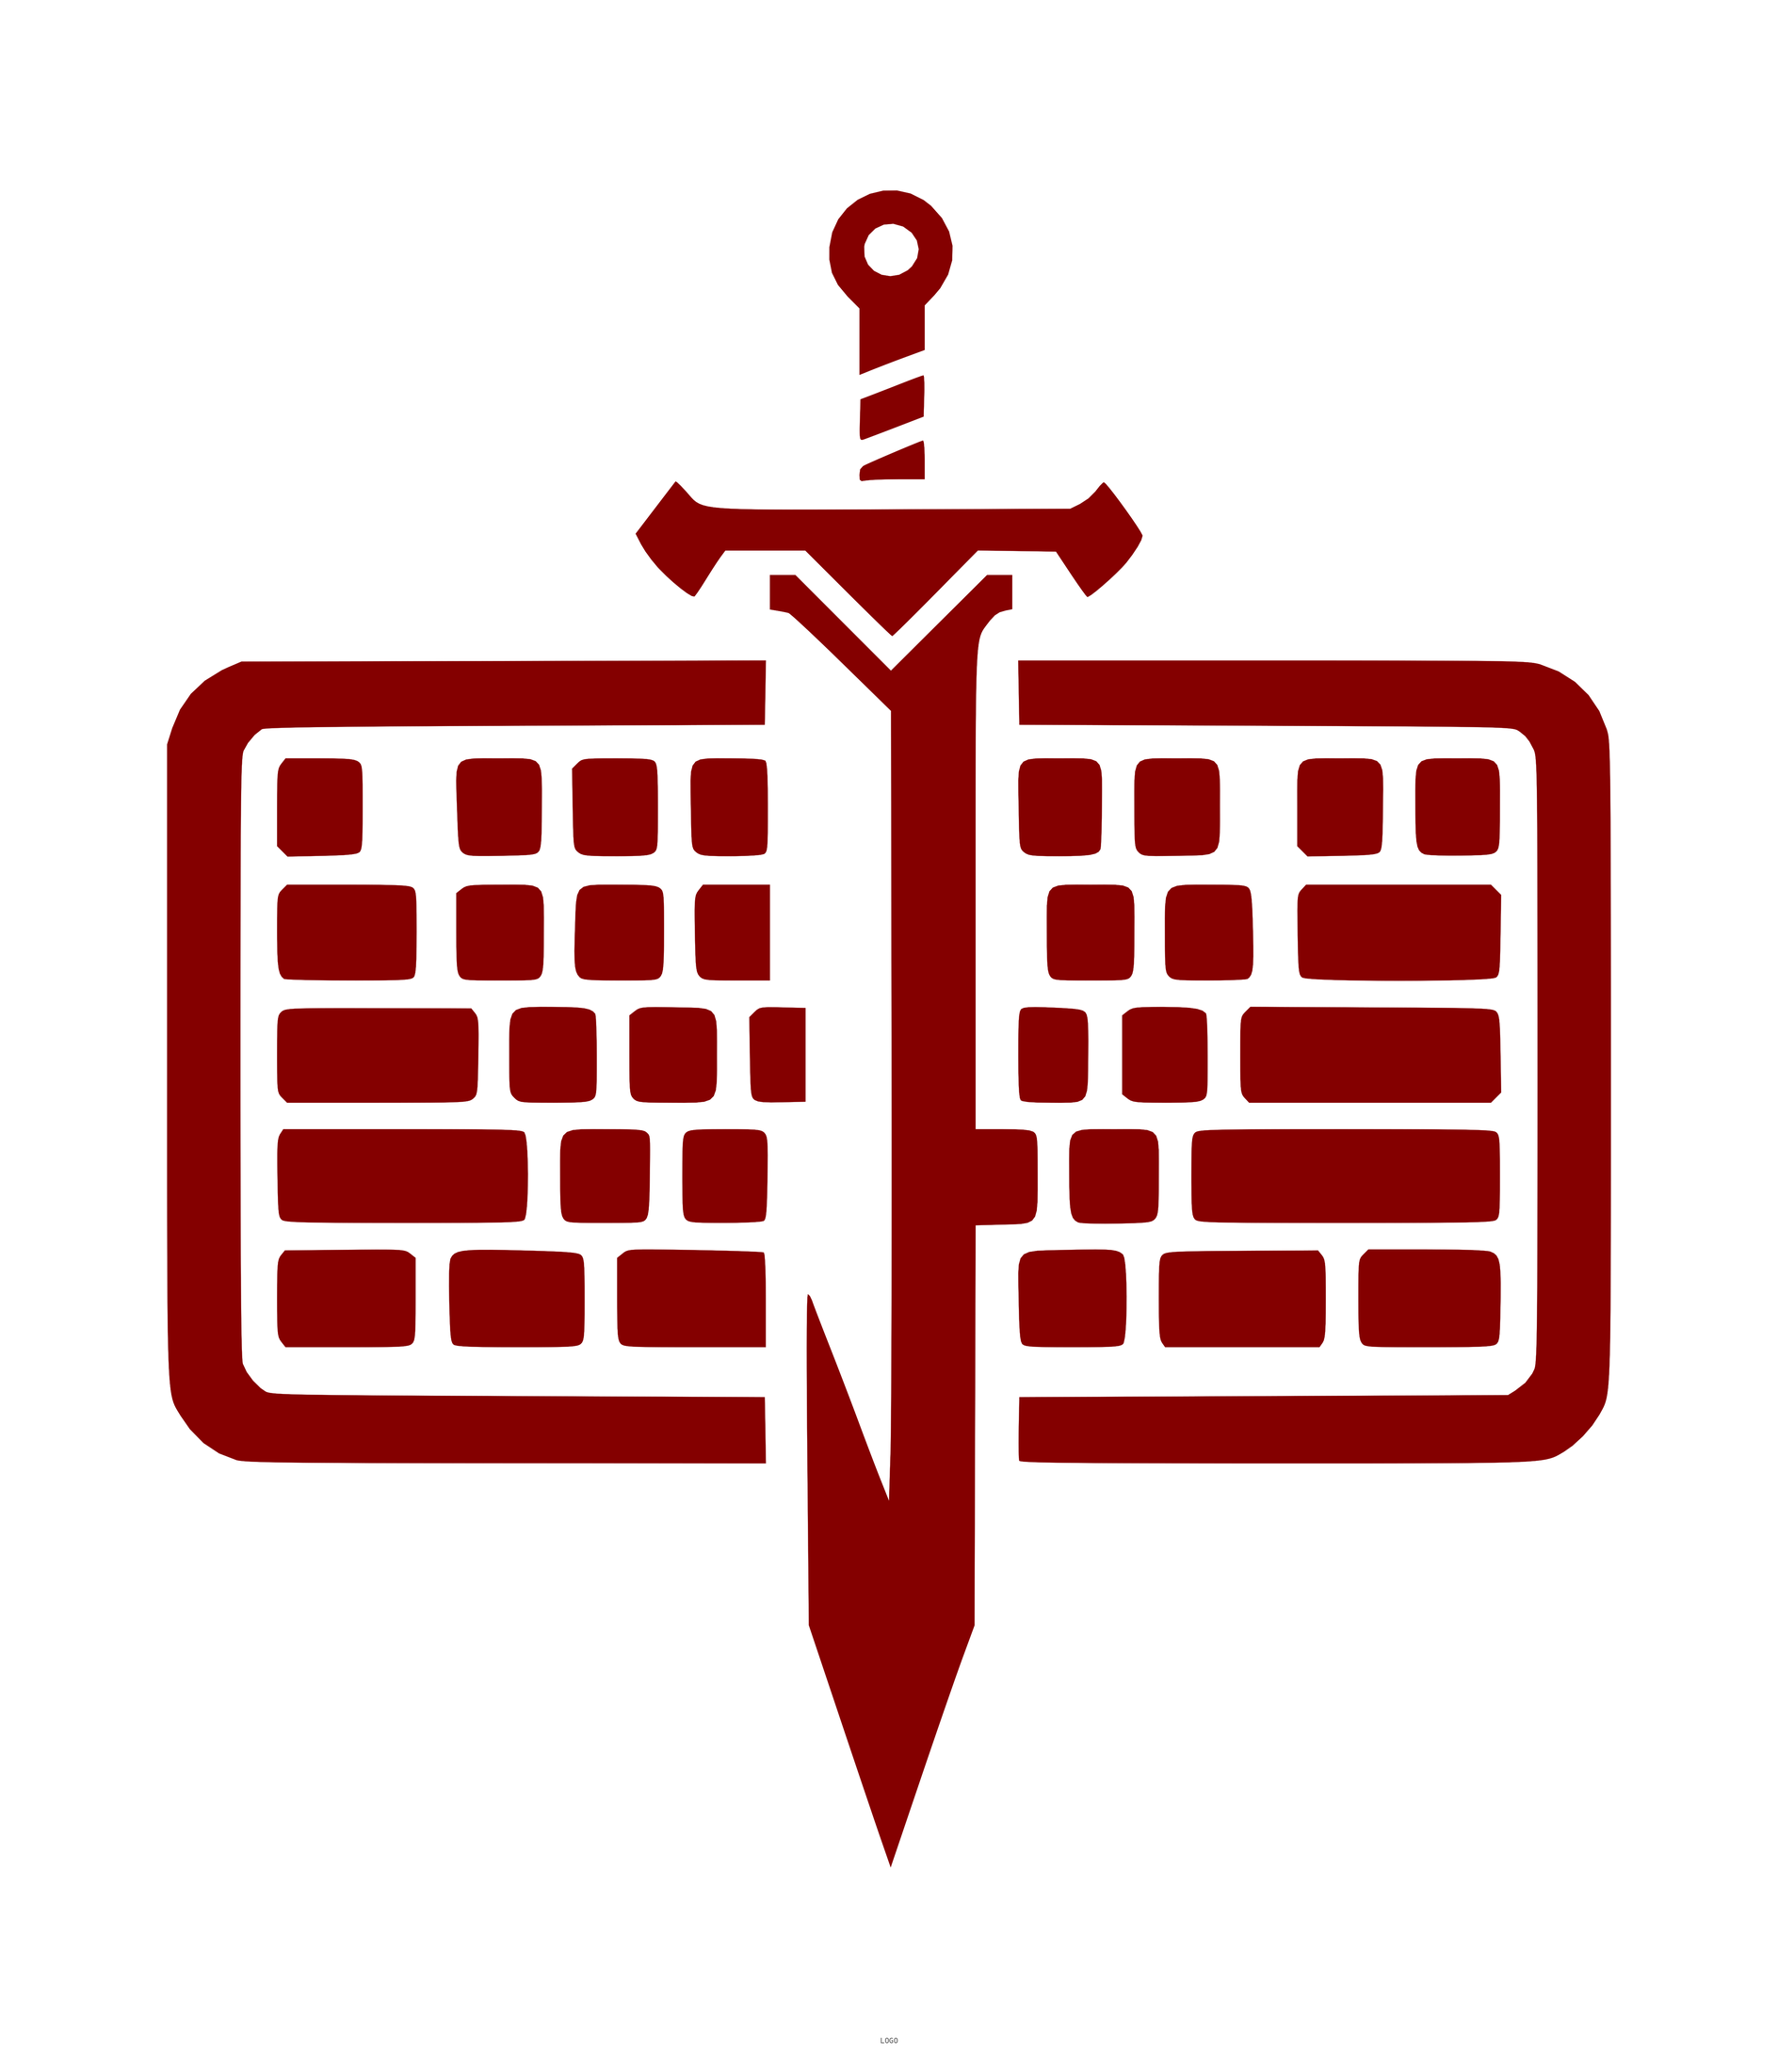
<source format=kicad_sym>
(kicad_symbol_lib
  (version 20220914)
  (generator "bitmap2component")
  (generator_version "8.0")
  (symbol "LOGO"
    (pin_names
      (offset 1.016))
    (property "Reference" "#G"
      (at 0 182.531 0)
      (effects (font (size 1.27 1.27)) hide))
    (symbol "LOGO_0_0"
      (polyline (pts (xy 5.73 -130.535) (xy 6.347 -128.716) (xy 7.525 -125.264) (xy 8.691 -121.864) (xy 9.811 -118.619) (xy 10.847 -115.636) (xy 11.764 -113.017) (xy 12.526 -110.867) (xy 13.095 -109.292) (xy 15.203 -103.568) (xy 15.296 -68.447) (xy 15.39 -33.327) (xy 20.028 -33.209) (xy 21.828 -33.167) (xy 23.375 -33.087) (xy 24.517 -32.89) (xy 25.315 -32.491) (xy 25.831 -31.803) (xy 26.126 -30.743) (xy 26.26 -29.224) (xy 26.296 -27.16) (xy 26.294 -24.467) (xy 26.294 -24.224) (xy 26.289 -21.869) (xy 26.268 -20.119) (xy 26.221 -18.877) (xy 26.141 -18.04) (xy 26.017 -17.509) (xy 25.839 -17.184) (xy 25.6 -16.964) (xy 25.497 -16.898) (xy 24.881 -16.691) (xy 23.85 -16.555) (xy 22.304 -16.479) (xy 20.144 -16.456) (xy 15.383 -16.456) (xy 15.383 25.335) (xy 15.383 31.552) (xy 15.383 37.438) (xy 15.386 42.685) (xy 15.392 47.333) (xy 15.404 51.421) (xy 15.424 54.987) (xy 15.453 58.073) (xy 15.493 60.716) (xy 15.546 62.956) (xy 15.613 64.833) (xy 15.696 66.386) (xy 15.797 67.654) (xy 15.918 68.677) (xy 16.06 69.493) (xy 16.225 70.142) (xy 16.416 70.665) (xy 16.632 71.098) (xy 16.878 71.484) (xy 17.153 71.859) (xy 17.46 72.265) (xy 17.899 72.834) (xy 18.77 73.773) (xy 19.617 74.314) (xy 20.66 74.619) (xy 21.823 74.849) (xy 21.823 77.85) (xy 21.823 80.851) (xy 19.618 80.851) (xy 17.413 80.851) (xy 8.965 72.45) (xy 0.518 64.05) (xy -7.877 72.45) (xy -16.272 80.851) (xy -18.511 80.851) (xy -20.749 80.851) (xy -20.749 77.826) (xy -20.749 74.801) (xy -19.408 74.575) (xy -19.25 74.548) (xy -18.216 74.354) (xy -17.483 74.191) (xy -17.238 74.024) (xy -16.511 73.406) (xy -15.387 72.388) (xy -13.928 71.03) (xy -12.199 69.392) (xy -10.262 67.532) (xy -8.182 65.51) (xy 0.537 56.987) (xy 0.63 -3.614) (xy 0.638 -9.486) (xy 0.644 -16.084) (xy 0.646 -22.541) (xy 0.645 -28.814) (xy 0.641 -34.858) (xy 0.634 -40.628) (xy 0.624 -46.081) (xy 0.611 -51.172) (xy 0.595 -55.857) (xy 0.577 -60.093) (xy 0.556 -63.833) (xy 0.533 -67.036) (xy 0.508 -69.655) (xy 0.481 -71.647) (xy 0.452 -72.969) (xy 0.179 -81.722) (xy -1.315 -77.977) (xy -1.721 -76.949) (xy -2.48 -74.99) (xy -3.353 -72.703) (xy -4.263 -70.295) (xy -5.13 -67.972) (xy -5.814 -66.139) (xy -6.871 -63.348) (xy -8.02 -60.345) (xy -9.162 -57.389) (xy -10.2 -54.735) (xy -10.392 -54.246) (xy -11.231 -52.106) (xy -11.991 -50.151) (xy -12.625 -48.501) (xy -13.087 -47.276) (xy -13.332 -46.596) (xy -13.372 -46.481) (xy -13.73 -45.738) (xy -14.068 -45.434) (xy -14.079 -45.442) (xy -14.146 -45.903) (xy -14.198 -47.073) (xy -14.237 -48.942) (xy -14.261 -51.506) (xy -14.27 -54.756) (xy -14.265 -58.687) (xy -14.245 -63.29) (xy -14.212 -68.56) (xy -14.163 -74.489) (xy -13.905 -103.544) (xy -8.38 -120.012) (xy -7.411 -122.899) (xy -6.251 -126.349) (xy -5.128 -129.679) (xy -4.076 -132.796) (xy -3.124 -135.606) (xy -2.306 -138.017) (xy -1.651 -139.935) (xy -1.192 -141.268) (xy 0.471 -146.055) (xy 5.73 -130.535)) (stroke (width 0.01) (type default)) (fill (type outline)))
      (polyline (pts (xy -21.545 -69.313) (xy -21.644 -63.5) (xy -64.931 -63.321) (xy -68.74 -63.305) (xy -74.841 -63.279) (xy -80.287 -63.253) (xy -85.115 -63.228) (xy -89.365 -63.203) (xy -93.074 -63.176) (xy -96.281 -63.148) (xy -99.024 -63.117) (xy -101.341 -63.083) (xy -103.27 -63.045) (xy -104.851 -63.003) (xy -106.12 -62.956) (xy -107.116 -62.903) (xy -107.878 -62.843) (xy -108.444 -62.776) (xy -108.851 -62.702) (xy -109.139 -62.618) (xy -109.345 -62.526) (xy -110.238 -61.912) (xy -111.55 -60.621) (xy -112.66 -59.11) (xy -113.348 -57.648) (xy -113.373 -57.531) (xy -113.432 -56.967) (xy -113.486 -55.993) (xy -113.534 -54.586) (xy -113.576 -52.723) (xy -113.615 -50.379) (xy -113.648 -47.531) (xy -113.676 -44.157) (xy -113.7 -40.231) (xy -113.72 -35.731) (xy -113.736 -30.633) (xy -113.748 -24.914) (xy -113.757 -18.55) (xy -113.762 -11.517) (xy -113.763 -3.793) (xy -113.763 -0.384) (xy -113.762 6.524) (xy -113.759 12.766) (xy -113.754 18.377) (xy -113.747 23.391) (xy -113.737 27.842) (xy -113.725 31.763) (xy -113.709 35.19) (xy -113.689 38.157) (xy -113.665 40.697) (xy -113.636 42.844) (xy -113.603 44.634) (xy -113.565 46.1) (xy -113.521 47.276) (xy -113.472 48.196) (xy -113.416 48.895) (xy -113.353 49.407) (xy -113.284 49.766) (xy -113.208 50.007) (xy -112.448 51.362) (xy -111.276 52.767) (xy -110.007 53.782) (xy -109.975 53.796) (xy -109.579 53.862) (xy -108.772 53.924) (xy -107.527 53.981) (xy -105.82 54.034) (xy -103.625 54.083) (xy -100.917 54.128) (xy -97.671 54.171) (xy -93.86 54.21) (xy -89.461 54.247) (xy -84.447 54.282) (xy -78.794 54.315) (xy -72.476 54.347) (xy -65.468 54.377) (xy -21.644 54.556) (xy -21.545 60.197) (xy -21.447 65.838) (xy -67.516 65.742) (xy -113.585 65.646) (xy -115.91 64.652) (xy -117.036 64.132) (xy -120.034 62.279) (xy -122.479 59.973) (xy -124.379 57.206) (xy -125.742 53.969) (xy -126.642 51.121) (xy -126.642 -4.33) (xy -126.642 -6.789) (xy -126.643 -14.139) (xy -126.643 -20.819) (xy -126.642 -26.862) (xy -126.638 -32.303) (xy -126.629 -37.177) (xy -126.615 -41.516) (xy -126.594 -45.356) (xy -126.565 -48.731) (xy -126.527 -51.675) (xy -126.478 -54.221) (xy -126.417 -56.405) (xy -126.342 -58.261) (xy -126.253 -59.822) (xy -126.148 -61.124) (xy -126.026 -62.199) (xy -125.885 -63.083) (xy -125.725 -63.809) (xy -125.544 -64.412) (xy -125.34 -64.926) (xy -125.112 -65.385) (xy -124.86 -65.824) (xy -124.581 -66.276) (xy -124.274 -66.776) (xy -122.649 -69.118) (xy -120.26 -71.557) (xy -117.522 -73.372) (xy -114.441 -74.561) (xy -114.37 -74.579) (xy -113.964 -74.654) (xy -113.387 -74.722) (xy -112.601 -74.783) (xy -111.572 -74.837) (xy -110.262 -74.885) (xy -108.635 -74.926) (xy -106.656 -74.962) (xy -104.288 -74.993) (xy -101.494 -75.019) (xy -98.238 -75.04) (xy -94.485 -75.058) (xy -90.197 -75.073) (xy -85.339 -75.084) (xy -79.874 -75.093) (xy -73.766 -75.099) (xy -66.979 -75.103) (xy -21.447 -75.127) (xy -21.545 -69.313)) (stroke (width 0.01) (type default)) (fill (type outline)))
      (polyline (pts (xy 84.571 -75.126) (xy 89.616 -75.121) (xy 94.086 -75.112) (xy 98.02 -75.097) (xy 101.456 -75.075) (xy 104.432 -75.042) (xy 106.987 -74.999) (xy 109.159 -74.944) (xy 110.986 -74.875) (xy 112.508 -74.79) (xy 113.762 -74.689) (xy 114.787 -74.569) (xy 115.621 -74.428) (xy 116.303 -74.266) (xy 116.871 -74.081) (xy 117.363 -73.871) (xy 117.819 -73.634) (xy 118.275 -73.37) (xy 118.772 -73.076) (xy 120.278 -72.019) (xy 122.091 -70.354) (xy 123.736 -68.46) (xy 124.985 -66.576) (xy 125.033 -66.488) (xy 125.29 -66.027) (xy 125.523 -65.606) (xy 125.734 -65.188) (xy 125.924 -64.741) (xy 126.093 -64.231) (xy 126.244 -63.621) (xy 126.377 -62.879) (xy 126.494 -61.97) (xy 126.594 -60.86) (xy 126.681 -59.515) (xy 126.754 -57.9) (xy 126.814 -55.98) (xy 126.864 -53.723) (xy 126.904 -51.092) (xy 126.934 -48.055) (xy 126.957 -44.577) (xy 126.974 -40.623) (xy 126.985 -36.159) (xy 126.991 -31.151) (xy 126.994 -25.565) (xy 126.996 -19.367) (xy 126.996 -12.521) (xy 126.996 -4.994) (xy 126.996 1.818) (xy 126.995 8.692) (xy 126.991 14.914) (xy 126.986 20.517) (xy 126.979 25.536) (xy 126.969 30.004) (xy 126.955 33.954) (xy 126.939 37.419) (xy 126.918 40.434) (xy 126.894 43.03) (xy 126.866 45.243) (xy 126.833 47.105) (xy 126.795 48.651) (xy 126.751 49.912) (xy 126.703 50.923) (xy 126.648 51.718) (xy 126.587 52.329) (xy 126.52 52.791) (xy 126.446 53.136) (xy 126.271 53.76) (xy 124.959 56.962) (xy 123.083 59.754) (xy 120.692 62.084) (xy 117.835 63.904) (xy 114.563 65.162) (xy 114.445 65.194) (xy 114.056 65.288) (xy 113.615 65.373) (xy 113.081 65.448) (xy 112.416 65.515) (xy 111.581 65.573) (xy 110.537 65.624) (xy 109.245 65.667) (xy 107.666 65.704) (xy 105.761 65.734) (xy 103.492 65.759) (xy 100.818 65.779) (xy 97.702 65.795) (xy 94.103 65.806) (xy 89.985 65.815) (xy 85.306 65.82) (xy 80.029 65.823) (xy 74.115 65.825) (xy 67.523 65.825) (xy 22.878 65.825) (xy 22.976 60.191) (xy 23.075 54.556) (xy 66.378 54.377) (xy 69.403 54.365) (xy 75.563 54.339) (xy 81.063 54.314) (xy 85.942 54.29) (xy 90.239 54.266) (xy 93.991 54.242) (xy 97.237 54.216) (xy 100.016 54.187) (xy 102.367 54.156) (xy 104.326 54.121) (xy 105.934 54.081) (xy 107.228 54.036) (xy 108.248 53.985) (xy 109.03 53.927) (xy 109.614 53.862) (xy 110.039 53.788) (xy 110.342 53.705) (xy 110.562 53.613) (xy 110.738 53.51) (xy 111.028 53.316) (xy 111.968 52.55) (xy 112.693 51.618) (xy 113.417 50.263) (xy 113.465 50.161) (xy 113.554 49.937) (xy 113.634 49.659) (xy 113.707 49.293) (xy 113.771 48.804) (xy 113.828 48.157) (xy 113.878 47.317) (xy 113.922 46.248) (xy 113.96 44.918) (xy 113.993 43.29) (xy 114.02 41.329) (xy 114.043 39.002) (xy 114.061 36.272) (xy 114.076 33.106) (xy 114.088 29.468) (xy 114.096 25.323) (xy 114.103 20.638) (xy 114.107 15.376) (xy 114.11 9.503) (xy 114.112 2.984) (xy 114.113 -4.215) (xy 114.114 -8.193) (xy 114.113 -15.092) (xy 114.111 -21.328) (xy 114.107 -26.935) (xy 114.101 -31.946) (xy 114.092 -36.395) (xy 114.079 -40.317) (xy 114.064 -43.746) (xy 114.044 -46.714) (xy 114.021 -49.257) (xy 113.993 -51.408) (xy 113.96 -53.202) (xy 113.922 -54.671) (xy 113.878 -55.851) (xy 113.829 -56.774) (xy 113.774 -57.476) (xy 113.712 -57.989) (xy 113.643 -58.349) (xy 113.567 -58.588) (xy 113.193 -59.367) (xy 111.976 -60.981) (xy 110.192 -62.36) (xy 108.934 -63.142) (xy 66.004 -63.321) (xy 23.075 -63.5) (xy 22.975 -68.85) (xy 22.961 -69.733) (xy 22.95 -71.554) (xy 22.962 -73.075) (xy 22.997 -74.158) (xy 23.053 -74.664) (xy 23.07 -74.684) (xy 23.276 -74.752) (xy 23.74 -74.813) (xy 24.494 -74.868) (xy 25.57 -74.916) (xy 27.002 -74.958) (xy 28.822 -74.995) (xy 31.062 -75.026) (xy 33.756 -75.052) (xy 36.937 -75.074) (xy 40.636 -75.092) (xy 44.887 -75.105) (xy 49.723 -75.115) (xy 55.176 -75.122) (xy 61.279 -75.126) (xy 68.064 -75.127) (xy 72.602 -75.127) (xy 78.912 -75.127) (xy 84.571 -75.126)) (stroke (width 0.01) (type default)) (fill (type outline)))
      (polyline (pts (xy -94.11 -54.735) (xy -91.201 -54.729) (xy -88.907 -54.711) (xy -87.149 -54.679) (xy -85.848 -54.627) (xy -84.926 -54.551) (xy -84.305 -54.448) (xy -83.906 -54.313) (xy -83.651 -54.143) (xy -83.429 -53.886) (xy -83.263 -53.505) (xy -83.145 -52.902) (xy -83.068 -51.978) (xy -83.023 -50.636) (xy -83.002 -48.776) (xy -82.997 -46.299) (xy -82.997 -39.046) (xy -83.959 -38.29) (xy -84 -38.258) (xy -84.299 -38.047) (xy -84.646 -37.884) (xy -85.125 -37.761) (xy -85.82 -37.676) (xy -86.813 -37.623) (xy -88.188 -37.597) (xy -90.028 -37.594) (xy -92.417 -37.61) (xy -95.439 -37.638) (xy -105.957 -37.742) (xy -106.64 -38.587) (xy -106.817 -38.831) (xy -107.012 -39.248) (xy -107.15 -39.842) (xy -107.241 -40.72) (xy -107.293 -41.991) (xy -107.318 -43.762) (xy -107.324 -46.141) (xy -107.32 -48.351) (xy -107.299 -50.154) (xy -107.252 -51.452) (xy -107.168 -52.355) (xy -107.035 -52.974) (xy -106.843 -53.416) (xy -106.582 -53.793) (xy -105.841 -54.735) (xy -95.073 -54.735) (xy -94.11 -54.735)) (stroke (width 0.01) (type default)) (fill (type outline)))
      (polyline (pts (xy -64.521 -54.735) (xy -61.583 -54.73) (xy -59.265 -54.713) (xy -57.489 -54.681) (xy -56.176 -54.629) (xy -55.245 -54.554) (xy -54.619 -54.451) (xy -54.216 -54.315) (xy -53.958 -54.143) (xy -53.739 -53.89) (xy -53.572 -53.511) (xy -53.453 -52.911) (xy -53.376 -51.992) (xy -53.33 -50.655) (xy -53.309 -48.8) (xy -53.304 -46.328) (xy -53.308 -44.204) (xy -53.327 -42.25) (xy -53.37 -40.831) (xy -53.443 -39.849) (xy -53.556 -39.208) (xy -53.716 -38.808) (xy -53.93 -38.553) (xy -53.972 -38.519) (xy -54.314 -38.352) (xy -54.902 -38.215) (xy -55.814 -38.099) (xy -57.13 -38.001) (xy -58.926 -37.913) (xy -61.281 -37.83) (xy -64.274 -37.744) (xy -66.888 -37.681) (xy -69.63 -37.636) (xy -71.793 -37.64) (xy -73.452 -37.701) (xy -74.683 -37.828) (xy -75.563 -38.03) (xy -76.166 -38.314) (xy -76.569 -38.69) (xy -76.847 -39.166) (xy -76.876 -39.239) (xy -77.023 -40.112) (xy -77.106 -41.683) (xy -77.122 -43.956) (xy -77.073 -46.937) (xy -77.047 -47.961) (xy -76.98 -50.147) (xy -76.903 -51.752) (xy -76.807 -52.871) (xy -76.683 -53.603) (xy -76.519 -54.043) (xy -76.305 -54.288) (xy -76.153 -54.363) (xy -75.575 -54.487) (xy -74.572 -54.582) (xy -73.088 -54.653) (xy -71.063 -54.7) (xy -68.439 -54.727) (xy -65.159 -54.735) (xy -64.521 -54.735)) (stroke (width 0.01) (type default)) (fill (type outline)))
      (polyline (pts (xy -21.465 -46.528) (xy -21.465 -46.113) (xy -21.485 -43.46) (xy -21.532 -41.27) (xy -21.605 -39.604) (xy -21.701 -38.528) (xy -21.817 -38.103) (xy -22.01 -38.067) (xy -22.846 -38.004) (xy -24.256 -37.936) (xy -26.153 -37.867) (xy -28.449 -37.798) (xy -31.057 -37.734) (xy -33.891 -37.678) (xy -36.778 -37.627) (xy -39.409 -37.586) (xy -41.472 -37.564) (xy -43.045 -37.565) (xy -44.208 -37.593) (xy -45.038 -37.651) (xy -45.614 -37.743) (xy -46.014 -37.873) (xy -46.315 -38.043) (xy -46.596 -38.258) (xy -47.58 -39.046) (xy -47.58 -46.237) (xy -47.578 -47.662) (xy -47.562 -49.817) (xy -47.523 -51.407) (xy -47.453 -52.53) (xy -47.346 -53.285) (xy -47.193 -53.769) (xy -46.988 -54.081) (xy -46.899 -54.171) (xy -46.663 -54.328) (xy -46.297 -54.454) (xy -45.727 -54.55) (xy -44.88 -54.622) (xy -43.683 -54.673) (xy -42.062 -54.706) (xy -39.945 -54.724) (xy -37.259 -54.733) (xy -33.93 -54.735) (xy -21.465 -54.735) (xy -21.465 -46.528)) (stroke (width 0.01) (type default)) (fill (type outline)))
      (polyline (pts (xy 35.027 -54.73) (xy 37.136 -54.708) (xy 38.702 -54.666) (xy 39.813 -54.597) (xy 40.557 -54.495) (xy 41.021 -54.356) (xy 41.294 -54.173) (xy 41.413 -53.954) (xy 41.605 -53.062) (xy 41.752 -51.663) (xy 41.854 -49.891) (xy 41.91 -47.884) (xy 41.921 -45.776) (xy 41.887 -43.704) (xy 41.807 -41.803) (xy 41.682 -40.209) (xy 41.511 -39.057) (xy 41.295 -38.484) (xy 41.14 -38.34) (xy 40.7 -38.041) (xy 40.106 -37.823) (xy 39.263 -37.676) (xy 38.08 -37.593) (xy 36.462 -37.566) (xy 34.316 -37.587) (xy 31.548 -37.647) (xy 30.634 -37.668) (xy 28.117 -37.717) (xy 26.205 -37.804) (xy 24.818 -38.013) (xy 23.874 -38.427) (xy 23.293 -39.131) (xy 22.992 -40.208) (xy 22.891 -41.742) (xy 22.909 -43.818) (xy 22.965 -46.518) (xy 22.983 -47.563) (xy 23.044 -49.941) (xy 23.126 -51.71) (xy 23.236 -52.949) (xy 23.381 -53.734) (xy 23.566 -54.145) (xy 23.608 -54.192) (xy 23.869 -54.372) (xy 24.313 -54.508) (xy 25.03 -54.605) (xy 26.108 -54.671) (xy 27.636 -54.711) (xy 29.702 -54.73) (xy 32.394 -54.735) (xy 35.027 -54.73)) (stroke (width 0.01) (type default)) (fill (type outline)))
      (polyline (pts (xy 76.359 -53.94) (xy 76.555 -53.548) (xy 76.704 -52.93) (xy 76.807 -51.994) (xy 76.872 -50.642) (xy 76.906 -48.773) (xy 76.915 -46.288) (xy 76.912 -44.297) (xy 76.893 -42.391) (xy 76.849 -41.009) (xy 76.769 -40.043) (xy 76.646 -39.389) (xy 76.469 -38.939) (xy 76.229 -38.587) (xy 75.542 -37.742) (xy 62.235 -37.814) (xy 60.719 -37.823) (xy 57.525 -37.845) (xy 54.947 -37.873) (xy 52.915 -37.909) (xy 51.359 -37.957) (xy 50.208 -38.02) (xy 49.392 -38.102) (xy 48.842 -38.207) (xy 48.486 -38.337) (xy 48.254 -38.496) (xy 48.031 -38.745) (xy 47.856 -39.114) (xy 47.733 -39.693) (xy 47.653 -40.582) (xy 47.606 -41.883) (xy 47.585 -43.697) (xy 47.58 -46.125) (xy 47.58 -46.315) (xy 47.591 -48.785) (xy 47.625 -50.644) (xy 47.69 -51.991) (xy 47.792 -52.924) (xy 47.939 -53.541) (xy 48.137 -53.94) (xy 48.694 -54.735) (xy 62.248 -54.735) (xy 75.802 -54.735) (xy 76.359 -53.94)) (stroke (width 0.01) (type default)) (fill (type outline)))
      (polyline (pts (xy 96.911 -54.733) (xy 99.774 -54.721) (xy 102.035 -54.693) (xy 103.766 -54.648) (xy 105.037 -54.582) (xy 105.92 -54.492) (xy 106.487 -54.375) (xy 106.808 -54.228) (xy 107.015 -54.045) (xy 107.208 -53.724) (xy 107.349 -53.2) (xy 107.449 -52.371) (xy 107.519 -51.133) (xy 107.57 -49.385) (xy 107.615 -47.023) (xy 107.632 -45.901) (xy 107.643 -43.455) (xy 107.594 -41.597) (xy 107.467 -40.236) (xy 107.242 -39.281) (xy 106.903 -38.642) (xy 106.43 -38.227) (xy 105.806 -37.944) (xy 105.515 -37.88) (xy 104.449 -37.771) (xy 102.76 -37.683) (xy 100.508 -37.618) (xy 97.752 -37.577) (xy 94.554 -37.563) (xy 84.396 -37.563) (xy 83.518 -38.441) (xy 83.339 -38.623) (xy 83.082 -38.943) (xy 82.897 -39.341) (xy 82.772 -39.925) (xy 82.696 -40.799) (xy 82.657 -42.072) (xy 82.642 -43.847) (xy 82.639 -46.232) (xy 82.639 -46.249) (xy 82.649 -48.74) (xy 82.682 -50.615) (xy 82.747 -51.974) (xy 82.849 -52.915) (xy 82.996 -53.537) (xy 83.196 -53.94) (xy 83.306 -54.091) (xy 83.494 -54.282) (xy 83.778 -54.431) (xy 84.234 -54.543) (xy 84.94 -54.624) (xy 85.973 -54.678) (xy 87.412 -54.711) (xy 89.333 -54.728) (xy 91.814 -54.734) (xy 94.934 -54.735) (xy 96.911 -54.733)) (stroke (width 0.01) (type default)) (fill (type outline)))
      (polyline (pts (xy 40.24 -33.026) (xy 41.61 -32.995) (xy 43.484 -32.939) (xy 44.816 -32.868) (xy 45.719 -32.768) (xy 46.303 -32.625) (xy 46.677 -32.423) (xy 46.954 -32.148) (xy 47.064 -32.003) (xy 47.258 -31.608) (xy 47.397 -31.02) (xy 47.49 -30.134) (xy 47.546 -28.846) (xy 47.573 -27.051) (xy 47.58 -24.645) (xy 47.59 -22.139) (xy 47.571 -20.11) (xy 47.439 -18.628) (xy 47.114 -17.609) (xy 46.513 -16.966) (xy 45.554 -16.615) (xy 44.156 -16.47) (xy 42.235 -16.446) (xy 39.71 -16.456) (xy 37.73 -16.449) (xy 35.638 -16.46) (xy 34.107 -16.575) (xy 33.051 -16.88) (xy 32.383 -17.463) (xy 32.014 -18.411) (xy 31.859 -19.81) (xy 31.83 -21.747) (xy 31.84 -24.31) (xy 31.851 -26.517) (xy 31.903 -28.615) (xy 32.015 -30.169) (xy 32.203 -31.272) (xy 32.483 -32.02) (xy 32.875 -32.504) (xy 33.394 -32.82) (xy 33.751 -32.897) (xy 34.777 -32.983) (xy 36.289 -33.035) (xy 38.155 -33.051) (xy 40.24 -33.026)) (stroke (width 0.01) (type default)) (fill (type outline)))
      (polyline (pts (xy -82.633 -32.912) (xy -78.588 -32.908) (xy -75.175 -32.9) (xy -72.339 -32.884) (xy -70.025 -32.86) (xy -68.18 -32.828) (xy -66.748 -32.784) (xy -65.675 -32.727) (xy -64.906 -32.657) (xy -64.388 -32.572) (xy -64.065 -32.471) (xy -63.883 -32.351) (xy -63.795 -32.209) (xy -63.594 -31.398) (xy -63.439 -30.063) (xy -63.331 -28.341) (xy -63.27 -26.37) (xy -63.256 -24.288) (xy -63.288 -22.231) (xy -63.367 -20.339) (xy -63.492 -18.747) (xy -63.664 -17.595) (xy -63.883 -17.019) (xy -63.98 -16.943) (xy -64.241 -16.835) (xy -64.675 -16.744) (xy -65.337 -16.669) (xy -66.281 -16.607) (xy -67.562 -16.559) (xy -69.233 -16.521) (xy -71.348 -16.494) (xy -73.962 -16.476) (xy -77.13 -16.464) (xy -80.904 -16.458) (xy -85.34 -16.456) (xy -106.234 -16.456) (xy -106.801 -17.322) (xy -106.846 -17.393) (xy -107.034 -17.828) (xy -107.167 -18.461) (xy -107.249 -19.395) (xy -107.288 -20.735) (xy -107.288 -22.583) (xy -107.256 -25.043) (xy -107.216 -27.263) (xy -107.167 -29.087) (xy -107.101 -30.39) (xy -107.007 -31.272) (xy -106.875 -31.834) (xy -106.693 -32.178) (xy -106.451 -32.406) (xy -106.286 -32.488) (xy -105.892 -32.586) (xy -105.255 -32.668) (xy -104.323 -32.735) (xy -103.041 -32.79) (xy -101.359 -32.833) (xy -99.224 -32.865) (xy -96.583 -32.888) (xy -93.383 -32.902) (xy -89.574 -32.91) (xy -85.101 -32.913) (xy -82.633 -32.912)) (stroke (width 0.01) (type default)) (fill (type outline)))
      (polyline (pts (xy -48.767 -32.913) (xy -46.648 -32.906) (xy -45.104 -32.882) (xy -44.033 -32.83) (xy -43.332 -32.738) (xy -42.899 -32.594) (xy -42.632 -32.388) (xy -42.428 -32.108) (xy -42.381 -32.028) (xy -42.191 -31.477) (xy -42.05 -30.576) (xy -41.951 -29.235) (xy -41.886 -27.361) (xy -41.847 -24.863) (xy -41.838 -23.907) (xy -41.816 -21.703) (xy -41.807 -20.08) (xy -41.818 -18.939) (xy -41.856 -18.182) (xy -41.927 -17.71) (xy -42.04 -17.425) (xy -42.202 -17.227) (xy -42.419 -17.019) (xy -42.719 -16.818) (xy -43.239 -16.666) (xy -44.072 -16.562) (xy -45.321 -16.498) (xy -47.083 -16.465) (xy -49.461 -16.456) (xy -51.815 -16.448) (xy -53.861 -16.471) (xy -55.36 -16.611) (xy -56.396 -16.951) (xy -57.054 -17.579) (xy -57.419 -18.579) (xy -57.574 -20.037) (xy -57.605 -22.038) (xy -57.597 -24.667) (xy -57.59 -26.805) (xy -57.559 -28.72) (xy -57.495 -30.108) (xy -57.393 -31.07) (xy -57.244 -31.706) (xy -57.04 -32.118) (xy -56.97 -32.216) (xy -56.741 -32.468) (xy -56.414 -32.65) (xy -55.887 -32.775) (xy -55.057 -32.852) (xy -53.82 -32.893) (xy -52.074 -32.91) (xy -49.715 -32.913) (xy -48.767 -32.913)) (stroke (width 0.01) (type default)) (fill (type outline)))
      (polyline (pts (xy -26.92 -32.893) (xy -25.018 -32.845) (xy -23.45 -32.77) (xy -22.342 -32.674) (xy -21.823 -32.563) (xy -21.779 -32.531) (xy -21.599 -32.254) (xy -21.462 -31.705) (xy -21.358 -30.796) (xy -21.281 -29.438) (xy -21.222 -27.541) (xy -21.175 -25.018) (xy -21.147 -22.969) (xy -21.136 -20.991) (xy -21.156 -19.549) (xy -21.214 -18.542) (xy -21.316 -17.87) (xy -21.468 -17.434) (xy -21.678 -17.134) (xy -21.815 -16.997) (xy -22.142 -16.787) (xy -22.644 -16.64) (xy -23.428 -16.544) (xy -24.603 -16.488) (xy -26.276 -16.462) (xy -28.558 -16.456) (xy -28.56 -16.456) (xy -30.884 -16.465) (xy -32.597 -16.498) (xy -33.808 -16.564) (xy -34.621 -16.671) (xy -35.142 -16.83) (xy -35.478 -17.049) (xy -35.673 -17.265) (xy -35.85 -17.628) (xy -35.975 -18.201) (xy -36.057 -19.087) (xy -36.105 -20.385) (xy -36.127 -22.196) (xy -36.132 -24.622) (xy -36.131 -25.738) (xy -36.116 -27.927) (xy -36.078 -29.542) (xy -36.01 -30.683) (xy -35.902 -31.45) (xy -35.748 -31.942) (xy -35.54 -32.258) (xy -35.428 -32.371) (xy -35.105 -32.579) (xy -34.603 -32.726) (xy -33.813 -32.822) (xy -32.63 -32.878) (xy -30.946 -32.903) (xy -28.654 -32.907) (xy -26.92 -32.893)) (stroke (width 0.01) (type default)) (fill (type outline)))
      (polyline (pts (xy 85.912 -32.91) (xy 90.188 -32.904) (xy 93.848 -32.892) (xy 96.94 -32.874) (xy 99.509 -32.849) (xy 101.603 -32.817) (xy 103.268 -32.775) (xy 104.552 -32.724) (xy 105.501 -32.663) (xy 106.162 -32.589) (xy 106.582 -32.504) (xy 106.808 -32.405) (xy 106.865 -32.362) (xy 107.087 -32.132) (xy 107.251 -31.777) (xy 107.365 -31.199) (xy 107.439 -30.299) (xy 107.48 -28.979) (xy 107.499 -27.14) (xy 107.503 -24.685) (xy 107.503 -24.101) (xy 107.496 -21.785) (xy 107.474 -20.066) (xy 107.426 -18.845) (xy 107.344 -18.022) (xy 107.22 -17.5) (xy 107.045 -17.18) (xy 106.808 -16.964) (xy 106.791 -16.953) (xy 106.546 -16.855) (xy 106.101 -16.771) (xy 105.41 -16.699) (xy 104.426 -16.639) (xy 103.101 -16.588) (xy 101.389 -16.548) (xy 99.244 -16.516) (xy 96.617 -16.492) (xy 93.463 -16.475) (xy 89.734 -16.464) (xy 85.383 -16.458) (xy 80.363 -16.456) (xy 78.783 -16.456) (xy 74.052 -16.458) (xy 69.971 -16.463) (xy 66.492 -16.473) (xy 63.566 -16.488) (xy 61.143 -16.509) (xy 59.174 -16.538) (xy 57.61 -16.576) (xy 56.401 -16.623) (xy 55.498 -16.682) (xy 54.851 -16.753) (xy 54.412 -16.837) (xy 54.131 -16.935) (xy 53.959 -17.049) (xy 53.764 -17.265) (xy 53.587 -17.628) (xy 53.462 -18.201) (xy 53.38 -19.087) (xy 53.332 -20.385) (xy 53.31 -22.196) (xy 53.304 -24.622) (xy 53.305 -25.738) (xy 53.32 -27.927) (xy 53.358 -29.542) (xy 53.427 -30.683) (xy 53.535 -31.45) (xy 53.688 -31.942) (xy 53.896 -32.258) (xy 54.031 -32.38) (xy 54.24 -32.488) (xy 54.57 -32.581) (xy 55.068 -32.659) (xy 55.786 -32.724) (xy 56.773 -32.776) (xy 58.078 -32.818) (xy 59.752 -32.851) (xy 61.843 -32.875) (xy 64.401 -32.892) (xy 67.477 -32.903) (xy 71.119 -32.909) (xy 75.377 -32.912) (xy 80.301 -32.913) (xy 80.973 -32.913) (xy 85.912 -32.91)) (stroke (width 0.01) (type default)) (fill (type outline)))
      (polyline (pts (xy -86.065 -11.805) (xy -82.887 -11.799) (xy -80.296 -11.787) (xy -78.23 -11.765) (xy -76.621 -11.731) (xy -75.405 -11.683) (xy -74.516 -11.616) (xy -73.889 -11.53) (xy -73.46 -11.42) (xy -73.162 -11.286) (xy -72.93 -11.123) (xy -72.817 -11.029) (xy -72.55 -10.761) (xy -72.355 -10.408) (xy -72.218 -9.863) (xy -72.125 -9.022) (xy -72.062 -7.78) (xy -72.017 -6.033) (xy -71.975 -3.675) (xy -71.946 -1.674) (xy -71.934 0.202) (xy -71.956 1.558) (xy -72.02 2.501) (xy -72.133 3.138) (xy -72.303 3.576) (xy -72.539 3.921) (xy -73.214 4.754) (xy -89.516 4.792) (xy -90.066 4.793) (xy -93.822 4.8) (xy -96.934 4.801) (xy -99.467 4.794) (xy -101.485 4.776) (xy -103.052 4.745) (xy -104.233 4.699) (xy -105.09 4.634) (xy -105.689 4.549) (xy -106.092 4.442) (xy -106.365 4.309) (xy -106.571 4.148) (xy -106.606 4.116) (xy -106.86 3.839) (xy -107.046 3.476) (xy -107.174 2.924) (xy -107.256 2.075) (xy -107.301 0.827) (xy -107.32 -0.927) (xy -107.324 -3.292) (xy -107.324 -4.449) (xy -107.317 -6.513) (xy -107.291 -8.018) (xy -107.234 -9.072) (xy -107.133 -9.783) (xy -106.976 -10.257) (xy -106.751 -10.603) (xy -106.446 -10.928) (xy -105.568 -11.806) (xy -89.671 -11.806) (xy -86.065 -11.805)) (stroke (width 0.01) (type default)) (fill (type outline)))
      (polyline (pts (xy -57.59 -11.803) (xy -55.558 -11.778) (xy -54.086 -11.719) (xy -53.065 -11.617) (xy -52.389 -11.463) (xy -51.953 -11.249) (xy -51.809 -11.144) (xy -51.573 -10.911) (xy -51.403 -10.566) (xy -51.287 -10.009) (xy -51.215 -9.14) (xy -51.178 -7.856) (xy -51.164 -6.059) (xy -51.163 -3.647) (xy -51.164 -3.366) (xy -51.181 -1.2) (xy -51.221 0.715) (xy -51.279 2.263) (xy -51.35 3.327) (xy -51.431 3.792) (xy -51.825 4.22) (xy -52.44 4.547) (xy -53.366 4.773) (xy -54.705 4.915) (xy -56.556 4.988) (xy -59.021 5.008) (xy -61.094 5.013) (xy -62.99 4.98) (xy -64.387 4.825) (xy -65.361 4.465) (xy -65.988 3.813) (xy -66.343 2.786) (xy -66.504 1.298) (xy -66.544 -0.735) (xy -66.541 -3.399) (xy -66.541 -4.384) (xy -66.534 -6.469) (xy -66.509 -7.99) (xy -66.453 -9.055) (xy -66.353 -9.772) (xy -66.196 -10.251) (xy -65.971 -10.6) (xy -65.663 -10.928) (xy -65.328 -11.241) (xy -64.962 -11.475) (xy -64.459 -11.633) (xy -63.703 -11.731) (xy -62.58 -11.782) (xy -60.973 -11.802) (xy -58.766 -11.806) (xy -57.59 -11.803)) (stroke (width 0.01) (type default)) (fill (type outline)))
      (polyline (pts (xy -33.744 -11.78) (xy -32.285 -11.63) (xy -31.269 -11.275) (xy -30.617 -10.631) (xy -30.25 -9.611) (xy -30.086 -8.132) (xy -30.046 -6.108) (xy -30.051 -3.454) (xy -30.044 -1.036) (xy -30.066 1.028) (xy -30.195 2.543) (xy -30.505 3.595) (xy -31.073 4.271) (xy -31.976 4.657) (xy -33.289 4.84) (xy -35.09 4.906) (xy -37.454 4.942) (xy -39.061 4.969) (xy -40.858 4.986) (xy -42.14 4.965) (xy -43.024 4.896) (xy -43.627 4.768) (xy -44.067 4.569) (xy -44.462 4.29) (xy -45.434 3.526) (xy -45.434 -3.425) (xy -45.434 -3.594) (xy -45.428 -5.962) (xy -45.407 -7.725) (xy -45.36 -8.987) (xy -45.277 -9.85) (xy -45.149 -10.419) (xy -44.966 -10.798) (xy -44.718 -11.09) (xy -44.557 -11.24) (xy -44.208 -11.462) (xy -43.705 -11.617) (xy -42.935 -11.717) (xy -41.787 -11.774) (xy -40.147 -11.8) (xy -37.905 -11.806) (xy -35.727 -11.811) (xy -33.744 -11.78)) (stroke (width 0.01) (type default)) (fill (type outline)))
      (polyline (pts (xy -18.609 -11.727) (xy -14.489 -11.627) (xy -14.489 -3.399) (xy -14.489 4.83) (xy -18.518 4.931) (xy -19.663 4.957) (xy -21.058 4.967) (xy -21.982 4.914) (xy -22.589 4.771) (xy -23.03 4.515) (xy -23.458 4.121) (xy -24.369 3.21) (xy -24.259 -3.791) (xy -24.256 -3.974) (xy -24.213 -6.346) (xy -24.163 -8.11) (xy -24.097 -9.366) (xy -24.002 -10.213) (xy -23.868 -10.753) (xy -23.684 -11.085) (xy -23.439 -11.309) (xy -23.387 -11.345) (xy -22.833 -11.57) (xy -21.934 -11.701) (xy -20.567 -11.75) (xy -18.609 -11.727)) (stroke (width 0.01) (type default)) (fill (type outline)))
      (polyline (pts (xy 32.071 -11.788) (xy 33.278 -11.648) (xy 34.117 -11.307) (xy 34.656 -10.679) (xy 34.964 -9.679) (xy 35.107 -8.222) (xy 35.154 -6.221) (xy 35.173 -3.591) (xy 35.175 -3.43) (xy 35.188 -0.976) (xy 35.172 0.864) (xy 35.121 2.187) (xy 35.03 3.088) (xy 34.892 3.665) (xy 34.702 4.013) (xy 34.598 4.124) (xy 34.22 4.364) (xy 33.597 4.542) (xy 32.611 4.677) (xy 31.145 4.787) (xy 29.081 4.892) (xy 27.664 4.948) (xy 25.876 4.987) (xy 24.642 4.954) (xy 23.865 4.847) (xy 23.446 4.662) (xy 23.337 4.544) (xy 23.177 4.185) (xy 23.059 3.562) (xy 22.978 2.586) (xy 22.928 1.165) (xy 22.903 -0.79) (xy 22.896 -3.371) (xy 22.896 -3.768) (xy 22.914 -6.501) (xy 22.963 -8.576) (xy 23.047 -10.047) (xy 23.166 -10.963) (xy 23.325 -11.376) (xy 23.645 -11.526) (xy 24.644 -11.683) (xy 26.305 -11.775) (xy 28.652 -11.806) (xy 30.428 -11.812) (xy 32.071 -11.788)) (stroke (width 0.01) (type default)) (fill (type outline)))
      (polyline (pts (xy 49.59 -11.805) (xy 51.672 -11.782) (xy 53.183 -11.725) (xy 54.23 -11.623) (xy 54.923 -11.467) (xy 55.371 -11.249) (xy 55.515 -11.144) (xy 55.751 -10.911) (xy 55.922 -10.566) (xy 56.037 -10.009) (xy 56.109 -9.14) (xy 56.146 -7.856) (xy 56.16 -6.059) (xy 56.161 -3.647) (xy 56.16 -3.372) (xy 56.142 -1.202) (xy 56.102 0.719) (xy 56.042 2.274) (xy 55.969 3.348) (xy 55.885 3.823) (xy 55.804 3.935) (xy 55.245 4.356) (xy 54.299 4.66) (xy 52.883 4.862) (xy 50.918 4.974) (xy 48.321 5.008) (xy 46.291 5.001) (xy 44.779 4.967) (xy 43.731 4.892) (xy 43.017 4.761) (xy 42.511 4.557) (xy 42.084 4.267) (xy 41.141 3.526) (xy 41.141 -3.399) (xy 41.141 -10.323) (xy 42.084 -11.064) (xy 42.21 -11.16) (xy 42.627 -11.413) (xy 43.156 -11.59) (xy 43.917 -11.704) (xy 45.031 -11.77) (xy 46.619 -11.799) (xy 48.801 -11.806) (xy 49.59 -11.805)) (stroke (width 0.01) (type default)) (fill (type outline)))
      (polyline (pts (xy 106.825 -10.906) (xy 107.725 -10.006) (xy 107.614 -3.226) (xy 107.592 -1.97) (xy 107.542 0.124) (xy 107.477 1.654) (xy 107.388 2.724) (xy 107.262 3.435) (xy 107.091 3.89) (xy 106.864 4.192) (xy 106.799 4.251) (xy 106.599 4.376) (xy 106.286 4.482) (xy 105.807 4.572) (xy 105.107 4.646) (xy 104.13 4.708) (xy 102.822 4.758) (xy 101.128 4.799) (xy 98.993 4.833) (xy 96.362 4.86) (xy 93.18 4.884) (xy 89.392 4.906) (xy 84.944 4.927) (xy 63.663 5.025) (xy 62.776 4.139) (xy 62.629 3.989) (xy 62.357 3.666) (xy 62.162 3.277) (xy 62.03 2.714) (xy 61.95 1.868) (xy 61.908 0.631) (xy 61.893 -1.105) (xy 61.89 -3.449) (xy 61.89 -3.752) (xy 61.895 -6.031) (xy 61.917 -7.715) (xy 61.967 -8.911) (xy 62.056 -9.727) (xy 62.195 -10.272) (xy 62.395 -10.653) (xy 62.668 -10.978) (xy 63.446 -11.806) (xy 84.686 -11.806) (xy 105.925 -11.806) (xy 106.825 -10.906)) (stroke (width 0.01) (type default)) (fill (type outline)))
      (polyline (pts (xy -90.451 9.67) (xy -88.23 9.687) (xy -86.537 9.72) (xy -85.295 9.772) (xy -84.428 9.847) (xy -83.859 9.949) (xy -83.511 10.082) (xy -83.309 10.251) (xy -83.178 10.49) (xy -83.035 11.089) (xy -82.933 12.072) (xy -82.866 13.521) (xy -82.829 15.519) (xy -82.818 18.15) (xy -82.819 18.881) (xy -82.825 21.179) (xy -82.849 22.886) (xy -82.897 24.098) (xy -82.979 24.915) (xy -83.103 25.433) (xy -83.278 25.751) (xy -83.513 25.965) (xy -83.615 26.028) (xy -84.031 26.165) (xy -84.722 26.273) (xy -85.764 26.354) (xy -87.228 26.411) (xy -89.188 26.448) (xy -91.716 26.467) (xy -94.887 26.473) (xy -105.568 26.473) (xy -106.446 25.595) (xy -106.541 25.499) (xy -106.828 25.172) (xy -107.034 24.792) (xy -107.174 24.25) (xy -107.259 23.433) (xy -107.304 22.233) (xy -107.321 20.538) (xy -107.324 18.238) (xy -107.321 16.957) (xy -107.287 14.673) (xy -107.204 12.963) (xy -107.059 11.73) (xy -106.838 10.879) (xy -106.525 10.312) (xy -106.108 9.933) (xy -106.009 9.906) (xy -105.301 9.842) (xy -104.006 9.785) (xy -102.213 9.737) (xy -100.013 9.699) (xy -97.498 9.674) (xy -94.757 9.665) (xy -93.277 9.664) (xy -90.451 9.67)) (stroke (width 0.01) (type default)) (fill (type outline)))
      (polyline (pts (xy -67.621 9.659) (xy -65.433 9.664) (xy -63.835 9.686) (xy -62.721 9.736) (xy -61.987 9.827) (xy -61.528 9.969) (xy -61.239 10.174) (xy -61.016 10.454) (xy -60.818 10.852) (xy -60.669 11.473) (xy -60.567 12.412) (xy -60.502 13.769) (xy -60.469 15.643) (xy -60.459 18.132) (xy -60.451 20.715) (xy -60.476 22.757) (xy -60.61 24.251) (xy -60.929 25.284) (xy -61.511 25.938) (xy -62.431 26.299) (xy -63.767 26.452) (xy -65.595 26.482) (xy -67.991 26.473) (xy -69.052 26.472) (xy -70.995 26.458) (xy -72.393 26.417) (xy -73.364 26.337) (xy -74.026 26.204) (xy -74.499 26.007) (xy -74.9 25.732) (xy -75.842 24.99) (xy -75.842 18.12) (xy -75.833 15.672) (xy -75.8 13.791) (xy -75.736 12.427) (xy -75.634 11.483) (xy -75.486 10.858) (xy -75.285 10.454) (xy -75.24 10.39) (xy -75.012 10.126) (xy -74.697 9.935) (xy -74.19 9.804) (xy -73.387 9.723) (xy -72.182 9.68) (xy -70.472 9.662) (xy -68.151 9.659) (xy -67.621 9.659)) (stroke (width 0.01) (type default)) (fill (type outline)))
      (polyline (pts (xy -46.517 9.659) (xy -44.328 9.664) (xy -42.729 9.686) (xy -41.615 9.736) (xy -40.88 9.827) (xy -40.421 9.969) (xy -40.132 10.174) (xy -39.909 10.454) (xy -39.89 10.483) (xy -39.696 10.896) (xy -39.554 11.535) (xy -39.455 12.497) (xy -39.393 13.881) (xy -39.361 15.784) (xy -39.352 18.304) (xy -39.352 19.586) (xy -39.36 21.683) (xy -39.386 23.214) (xy -39.439 24.281) (xy -39.532 24.984) (xy -39.674 25.424) (xy -39.875 25.701) (xy -40.147 25.916) (xy -40.36 26.04) (xy -40.907 26.218) (xy -41.748 26.343) (xy -42.987 26.421) (xy -44.73 26.462) (xy -47.084 26.473) (xy -48.69 26.478) (xy -50.825 26.472) (xy -52.393 26.373) (xy -53.484 26.092) (xy -54.19 25.544) (xy -54.601 24.64) (xy -54.81 23.295) (xy -54.908 21.421) (xy -54.984 18.93) (xy -55.045 16.984) (xy -55.083 14.842) (xy -55.061 13.24) (xy -54.968 12.078) (xy -54.795 11.254) (xy -54.533 10.669) (xy -54.172 10.221) (xy -54.167 10.215) (xy -53.855 10.013) (xy -53.325 9.864) (xy -52.478 9.763) (xy -51.214 9.7) (xy -49.434 9.668) (xy -47.038 9.659) (xy -46.517 9.659)) (stroke (width 0.01) (type default)) (fill (type outline)))
      (polyline (pts (xy -20.749 18.066) (xy -20.749 26.473) (xy -26.626 26.473) (xy -32.503 26.473) (xy -33.265 25.504) (xy -33.295 25.466) (xy -33.554 25.091) (xy -33.742 24.663) (xy -33.865 24.069) (xy -33.935 23.202) (xy -33.961 21.949) (xy -33.952 20.202) (xy -33.917 17.849) (xy -33.89 16.34) (xy -33.84 14.341) (xy -33.775 12.888) (xy -33.681 11.875) (xy -33.55 11.195) (xy -33.368 10.742) (xy -33.126 10.411) (xy -32.971 10.252) (xy -32.646 10.016) (xy -32.179 9.852) (xy -31.456 9.748) (xy -30.36 9.69) (xy -28.779 9.665) (xy -26.597 9.659) (xy -20.749 9.659) (xy -20.749 18.066)) (stroke (width 0.01) (type default)) (fill (type outline)))
      (polyline (pts (xy 36.126 9.659) (xy 38.313 9.664) (xy 39.912 9.686) (xy 41.026 9.736) (xy 41.76 9.827) (xy 42.219 9.969) (xy 42.507 10.174) (xy 42.73 10.454) (xy 42.93 10.856) (xy 43.078 11.478) (xy 43.18 12.419) (xy 43.245 13.778) (xy 43.278 15.654) (xy 43.287 18.146) (xy 43.287 18.201) (xy 43.297 20.84) (xy 43.274 22.852) (xy 43.139 24.321) (xy 42.813 25.332) (xy 42.219 25.968) (xy 41.279 26.316) (xy 39.913 26.46) (xy 38.045 26.484) (xy 35.596 26.473) (xy 35.545 26.473) (xy 33.107 26.484) (xy 31.249 26.459) (xy 29.892 26.312) (xy 28.959 25.96) (xy 28.37 25.317) (xy 28.049 24.299) (xy 27.916 22.82) (xy 27.894 20.798) (xy 27.904 18.146) (xy 27.914 15.661) (xy 27.947 13.784) (xy 28.011 12.423) (xy 28.113 11.481) (xy 28.261 10.858) (xy 28.461 10.454) (xy 28.507 10.39) (xy 28.735 10.126) (xy 29.05 9.935) (xy 29.556 9.804) (xy 30.36 9.723) (xy 31.564 9.68) (xy 33.275 9.662) (xy 35.596 9.659) (xy 36.126 9.659)) (stroke (width 0.01) (type default)) (fill (type outline)))
      (polyline (pts (xy 58.235 9.677) (xy 60.112 9.715) (xy 61.642 9.773) (xy 62.704 9.848) (xy 63.173 9.933) (xy 63.486 10.197) (xy 63.786 10.655) (xy 63.993 11.347) (xy 64.12 12.369) (xy 64.176 13.817) (xy 64.173 15.787) (xy 64.121 18.376) (xy 64.066 20.347) (xy 63.986 22.366) (xy 63.888 23.833) (xy 63.764 24.84) (xy 63.605 25.481) (xy 63.402 25.847) (xy 63.34 25.913) (xy 63.036 26.125) (xy 62.547 26.276) (xy 61.769 26.377) (xy 60.595 26.437) (xy 58.917 26.466) (xy 56.631 26.473) (xy 56.611 26.473) (xy 54.109 26.479) (xy 52.193 26.442) (xy 50.786 26.276) (xy 49.809 25.898) (xy 49.185 25.226) (xy 48.836 24.174) (xy 48.682 22.658) (xy 48.648 20.596) (xy 48.654 17.904) (xy 48.658 15.562) (xy 48.679 13.778) (xy 48.725 12.502) (xy 48.807 11.628) (xy 48.935 11.053) (xy 49.119 10.67) (xy 49.369 10.375) (xy 49.578 10.187) (xy 49.936 9.979) (xy 50.462 9.835) (xy 51.265 9.742) (xy 52.455 9.69) (xy 54.142 9.668) (xy 56.435 9.665) (xy 58.235 9.677)) (stroke (width 0.01) (type default)) (fill (type outline)))
      (polyline (pts (xy 93.016 9.611) (xy 95.978 9.638) (xy 98.757 9.682) (xy 101.265 9.744) (xy 103.413 9.824) (xy 105.112 9.92) (xy 106.273 10.035) (xy 106.808 10.166) (xy 106.81 10.167) (xy 107.05 10.392) (xy 107.23 10.733) (xy 107.362 11.29) (xy 107.455 12.162) (xy 107.521 13.45) (xy 107.57 15.254) (xy 107.614 17.674) (xy 107.724 24.675) (xy 106.825 25.574) (xy 105.925 26.473) (xy 89.694 26.473) (xy 73.463 26.473) (xy 72.663 25.622) (xy 72.52 25.465) (xy 72.283 25.145) (xy 72.115 24.737) (xy 72.005 24.137) (xy 71.946 23.24) (xy 71.927 21.942) (xy 71.94 20.137) (xy 71.975 17.722) (xy 71.976 17.632) (xy 72.019 15.225) (xy 72.069 13.431) (xy 72.135 12.149) (xy 72.229 11.282) (xy 72.36 10.729) (xy 72.541 10.39) (xy 72.78 10.166) (xy 72.805 10.151) (xy 73.412 10.021) (xy 74.636 9.909) (xy 76.388 9.814) (xy 78.579 9.737) (xy 81.121 9.677) (xy 83.924 9.634) (xy 86.9 9.609) (xy 89.96 9.601) (xy 93.016 9.611)) (stroke (width 0.01) (type default)) (fill (type outline)))
      (polyline (pts (xy -99.489 31.535) (xy -97.631 31.584) (xy -95.648 31.671) (xy -94.249 31.79) (xy -93.355 31.948) (xy -92.89 32.151) (xy -92.73 32.328) (xy -92.569 32.697) (xy -92.453 33.31) (xy -92.375 34.262) (xy -92.328 35.646) (xy -92.305 37.558) (xy -92.299 40.091) (xy -92.3 41.97) (xy -92.309 43.999) (xy -92.338 45.481) (xy -92.394 46.513) (xy -92.488 47.193) (xy -92.629 47.619) (xy -92.828 47.888) (xy -93.094 48.097) (xy -93.265 48.2) (xy -93.797 48.386) (xy -94.615 48.517) (xy -95.828 48.599) (xy -97.543 48.641) (xy -99.865 48.654) (xy -105.841 48.654) (xy -106.582 47.711) (xy -106.833 47.352) (xy -107.027 46.916) (xy -107.162 46.31) (xy -107.248 45.425) (xy -107.297 44.151) (xy -107.319 42.38) (xy -107.324 40.003) (xy -107.324 33.238) (xy -106.41 32.324) (xy -105.496 31.41) (xy -99.489 31.535)) (stroke (width 0.01) (type default)) (fill (type outline)))
      (polyline (pts (xy -70.122 31.514) (xy -67.874 31.548) (xy -66.873 31.568) (xy -64.905 31.618) (xy -63.499 31.683) (xy -62.546 31.775) (xy -61.939 31.909) (xy -61.567 32.098) (xy -61.324 32.355) (xy -61.191 32.609) (xy -61.041 33.215) (xy -60.934 34.182) (xy -60.865 35.599) (xy -60.828 37.554) (xy -60.817 40.136) (xy -60.817 40.492) (xy -60.807 43.098) (xy -60.835 45.084) (xy -60.977 46.534) (xy -61.305 47.531) (xy -61.893 48.158) (xy -62.816 48.501) (xy -64.147 48.641) (xy -65.96 48.664) (xy -68.329 48.654) (xy -68.839 48.654) (xy -71.121 48.664) (xy -72.859 48.622) (xy -74.124 48.447) (xy -74.987 48.053) (xy -75.517 47.36) (xy -75.785 46.283) (xy -75.861 44.74) (xy -75.816 42.648) (xy -75.718 39.923) (xy -75.689 39.035) (xy -75.609 36.803) (xy -75.531 35.151) (xy -75.441 33.98) (xy -75.326 33.189) (xy -75.173 32.676) (xy -74.969 32.342) (xy -74.702 32.085) (xy -74.608 32.011) (xy -74.233 31.793) (xy -73.71 31.642) (xy -72.926 31.552) (xy -71.768 31.512) (xy -70.122 31.514)) (stroke (width 0.01) (type default)) (fill (type outline)))
      (polyline (pts (xy -46.996 31.483) (xy -44.916 31.505) (xy -43.407 31.563) (xy -42.36 31.665) (xy -41.668 31.82) (xy -41.22 32.038) (xy -41.017 32.191) (xy -40.803 32.434) (xy -40.647 32.809) (xy -40.541 33.413) (xy -40.476 34.343) (xy -40.441 35.696) (xy -40.428 37.57) (xy -40.425 40.062) (xy -40.427 41.477) (xy -40.443 43.704) (xy -40.482 45.357) (xy -40.549 46.529) (xy -40.651 47.313) (xy -40.795 47.803) (xy -40.987 48.091) (xy -41.206 48.253) (xy -41.681 48.42) (xy -42.457 48.536) (xy -43.636 48.607) (xy -45.324 48.643) (xy -47.622 48.654) (xy -47.797 48.654) (xy -49.968 48.65) (xy -51.547 48.629) (xy -52.649 48.577) (xy -53.39 48.477) (xy -53.885 48.316) (xy -54.25 48.078) (xy -54.6 47.748) (xy -55.505 46.843) (xy -55.388 39.846) (xy -55.367 38.569) (xy -55.324 36.483) (xy -55.273 34.959) (xy -55.199 33.893) (xy -55.09 33.184) (xy -54.934 32.728) (xy -54.717 32.422) (xy -54.427 32.165) (xy -54.388 32.134) (xy -53.995 31.884) (xy -53.478 31.707) (xy -52.718 31.59) (xy -51.596 31.522) (xy -49.996 31.49) (xy -47.799 31.482) (xy -46.996 31.483)) (stroke (width 0.01) (type default)) (fill (type outline)))
      (polyline (pts (xy -27.051 31.484) (xy -25.172 31.524) (xy -23.574 31.604) (xy -22.401 31.717) (xy -21.799 31.852) (xy -21.659 31.938) (xy -21.466 32.148) (xy -21.323 32.518) (xy -21.224 33.141) (xy -21.161 34.109) (xy -21.126 35.514) (xy -21.11 37.45) (xy -21.107 40.009) (xy -21.108 40.704) (xy -21.128 43.408) (xy -21.178 45.46) (xy -21.261 46.912) (xy -21.38 47.816) (xy -21.536 48.224) (xy -21.576 48.257) (xy -22.158 48.435) (xy -23.332 48.558) (xy -25.138 48.63) (xy -27.618 48.654) (xy -27.944 48.654) (xy -30.111 48.663) (xy -31.765 48.625) (xy -32.972 48.455) (xy -33.801 48.071) (xy -34.319 47.389) (xy -34.593 46.326) (xy -34.691 44.798) (xy -34.682 42.722) (xy -34.633 40.015) (xy -34.608 38.462) (xy -34.568 36.41) (xy -34.517 34.911) (xy -34.444 33.864) (xy -34.336 33.167) (xy -34.18 32.719) (xy -33.965 32.419) (xy -33.678 32.165) (xy -33.407 31.971) (xy -32.927 31.756) (xy -32.239 31.615) (xy -31.217 31.531) (xy -29.734 31.492) (xy -27.662 31.482) (xy -27.051 31.484)) (stroke (width 0.01) (type default)) (fill (type outline)))
      (polyline (pts (xy 32.103 31.497) (xy 34.068 31.567) (xy 35.482 31.707) (xy 36.436 31.934) (xy 37.02 32.261) (xy 37.324 32.706) (xy 37.332 32.731) (xy 37.401 33.325) (xy 37.463 34.502) (xy 37.517 36.141) (xy 37.557 38.123) (xy 37.579 40.328) (xy 37.579 40.348) (xy 37.603 42.996) (xy 37.592 45.014) (xy 37.469 46.489) (xy 37.16 47.503) (xy 36.59 48.143) (xy 35.683 48.494) (xy 34.364 48.639) (xy 32.558 48.664) (xy 30.19 48.654) (xy 29.808 48.654) (xy 27.582 48.664) (xy 25.886 48.626) (xy 24.649 48.456) (xy 23.801 48.071) (xy 23.272 47.389) (xy 22.993 46.324) (xy 22.895 44.795) (xy 22.906 42.718) (xy 22.959 40.009) (xy 22.984 38.474) (xy 23.026 36.419) (xy 23.078 34.918) (xy 23.152 33.868) (xy 23.261 33.17) (xy 23.417 32.72) (xy 23.632 32.419) (xy 23.919 32.165) (xy 24.227 31.95) (xy 24.713 31.744) (xy 25.416 31.608) (xy 26.459 31.529) (xy 27.968 31.491) (xy 30.067 31.482) (xy 32.103 31.497)) (stroke (width 0.01) (type default)) (fill (type outline)))
      (polyline (pts (xy 48.624 31.511) (xy 50.856 31.548) (xy 51.172 31.553) (xy 53.442 31.586) (xy 55.174 31.655) (xy 56.44 31.846) (xy 57.313 32.243) (xy 57.866 32.931) (xy 58.17 33.995) (xy 58.297 35.519) (xy 58.321 37.588) (xy 58.313 40.286) (xy 58.313 40.368) (xy 58.322 43.008) (xy 58.298 45.022) (xy 58.163 46.493) (xy 57.843 47.505) (xy 57.262 48.144) (xy 56.342 48.494) (xy 55.01 48.639) (xy 53.188 48.664) (xy 50.8 48.654) (xy 50.381 48.654) (xy 48.113 48.666) (xy 46.386 48.63) (xy 45.126 48.465) (xy 44.26 48.086) (xy 43.715 47.41) (xy 43.419 46.353) (xy 43.297 44.833) (xy 43.278 42.766) (xy 43.287 40.068) (xy 43.288 39.331) (xy 43.294 37.064) (xy 43.318 35.383) (xy 43.369 34.185) (xy 43.455 33.367) (xy 43.587 32.828) (xy 43.774 32.464) (xy 44.026 32.174) (xy 44.247 31.971) (xy 44.594 31.759) (xy 45.093 31.617) (xy 45.856 31.536) (xy 46.995 31.504) (xy 48.624 31.511)) (stroke (width 0.01) (type default)) (fill (type outline)))
      (polyline (pts (xy 79.773 31.548) (xy 80.707 31.567) (xy 82.813 31.629) (xy 84.336 31.713) (xy 85.372 31.83) (xy 86.017 31.988) (xy 86.368 32.197) (xy 86.395 32.226) (xy 86.577 32.565) (xy 86.714 33.17) (xy 86.814 34.132) (xy 86.883 35.539) (xy 86.928 37.482) (xy 86.957 40.05) (xy 86.961 40.595) (xy 86.991 43.175) (xy 86.975 45.14) (xy 86.838 46.572) (xy 86.507 47.556) (xy 85.909 48.173) (xy 84.971 48.508) (xy 83.619 48.645) (xy 81.78 48.665) (xy 79.38 48.654) (xy 79.226 48.654) (xy 76.893 48.664) (xy 75.114 48.635) (xy 73.814 48.481) (xy 72.92 48.119) (xy 72.356 47.464) (xy 72.047 46.432) (xy 71.92 44.938) (xy 71.898 42.899) (xy 71.907 40.23) (xy 71.907 33.238) (xy 72.809 32.336) (xy 73.71 31.435) (xy 79.773 31.548)) (stroke (width 0.01) (type default)) (fill (type outline)))
      (polyline (pts (xy 100.604 31.581) (xy 102.379 31.612) (xy 104.07 31.666) (xy 105.25 31.748) (xy 106.033 31.873) (xy 106.533 32.052) (xy 106.865 32.299) (xy 107.052 32.53) (xy 107.224 32.919) (xy 107.346 33.524) (xy 107.427 34.447) (xy 107.475 35.786) (xy 107.497 37.641) (xy 107.503 40.112) (xy 107.503 40.383) (xy 107.512 43.012) (xy 107.481 45.018) (xy 107.338 46.485) (xy 107.007 47.497) (xy 106.416 48.136) (xy 105.49 48.488) (xy 104.155 48.636) (xy 102.338 48.663) (xy 99.965 48.654) (xy 97.775 48.661) (xy 95.966 48.634) (xy 94.64 48.487) (xy 93.723 48.136) (xy 93.14 47.495) (xy 92.817 46.479) (xy 92.678 45.004) (xy 92.649 42.984) (xy 92.656 40.334) (xy 92.657 39.812) (xy 92.674 37.334) (xy 92.731 35.459) (xy 92.844 34.094) (xy 93.03 33.143) (xy 93.306 32.511) (xy 93.691 32.105) (xy 94.2 31.829) (xy 94.451 31.769) (xy 95.393 31.674) (xy 96.828 31.607) (xy 98.614 31.574) (xy 100.604 31.581)) (stroke (width 0.01) (type default)) (fill (type outline)))
      (polyline (pts (xy 0.782 70.144) (xy 1.216 70.532) (xy 2.068 71.348) (xy 3.273 72.53) (xy 4.768 74.014) (xy 6.489 75.738) (xy 8.372 77.639) (xy 15.796 85.159) (xy 22.655 85.062) (xy 29.514 84.965) (xy 32.127 81.029) (xy 32.33 80.724) (xy 33.301 79.294) (xy 34.126 78.12) (xy 34.725 77.316) (xy 35.014 76.996) (xy 35.109 77.007) (xy 35.668 77.335) (xy 36.568 78.02) (xy 37.686 78.955) (xy 38.898 80.03) (xy 40.083 81.139) (xy 41.117 82.173) (xy 41.877 83.025) (xy 42.898 84.363) (xy 43.856 85.795) (xy 44.49 86.962) (xy 44.718 87.733) (xy 44.684 87.858) (xy 44.336 88.504) (xy 43.681 89.531) (xy 42.809 90.815) (xy 41.807 92.237) (xy 40.763 93.673) (xy 39.766 95.002) (xy 38.902 96.102) (xy 38.261 96.851) (xy 37.93 97.128) (xy 37.748 97.031) (xy 37.216 96.498) (xy 36.548 95.655) (xy 36.446 95.519) (xy 35.218 94.292) (xy 33.75 93.33) (xy 32.018 92.477) (xy 1.108 92.378) (xy -3.682 92.362) (xy -8.778 92.345) (xy -13.242 92.333) (xy -17.119 92.331) (xy -20.456 92.341) (xy -23.298 92.369) (xy -25.691 92.418) (xy -27.68 92.491) (xy -29.31 92.593) (xy -30.628 92.727) (xy -31.679 92.896) (xy -32.508 93.105) (xy -33.161 93.358) (xy -33.684 93.658) (xy -34.123 94.009) (xy -34.522 94.415) (xy -34.927 94.88) (xy -35.385 95.407) (xy -35.577 95.621) (xy -36.42 96.518) (xy -37.041 97.111) (xy -37.318 97.283) (xy -37.423 97.146) (xy -37.899 96.525) (xy -38.687 95.496) (xy -39.708 94.159) (xy -40.888 92.615) (xy -44.335 88.101) (xy -43.377 86.241) (xy -43.363 86.215) (xy -42.614 84.988) (xy -41.584 83.566) (xy -40.491 82.251) (xy -40.192 81.927) (xy -38.991 80.723) (xy -37.701 79.55) (xy -36.44 78.504) (xy -35.328 77.678) (xy -34.483 77.168) (xy -34.025 77.07) (xy -33.916 77.178) (xy -33.461 77.789) (xy -32.789 78.794) (xy -32.002 80.043) (xy -31.718 80.501) (xy -30.833 81.901) (xy -30.026 83.135) (xy -29.441 83.981) (xy -28.583 85.144) (xy -21.553 85.144) (xy -14.523 85.144) (xy -6.993 77.633) (xy -6.36 77.002) (xy -4.502 75.16) (xy -2.828 73.512) (xy -1.403 72.122) (xy -0.289 71.052) (xy 0.447 70.364) (xy 0.743 70.121) (xy 0.782 70.144)) (stroke (width 0.01) (type default)) (fill (type outline)))
      (polyline (pts (xy -3.89 97.441) (xy -3.864 97.446) (xy -3.047 97.531) (xy -1.705 97.601) (xy -0.018 97.648) (xy 1.833 97.665) (xy 6.439 97.665) (xy 6.439 101.063) (xy 6.43 101.942) (xy 6.375 103.238) (xy 6.281 104.13) (xy 6.161 104.462) (xy 6.113 104.452) (xy 5.561 104.251) (xy 4.53 103.838) (xy 3.155 103.271) (xy 1.576 102.608) (xy -0.069 101.907) (xy -1.643 101.227) (xy -3.008 100.625) (xy -4.025 100.161) (xy -4.387 99.965) (xy -4.882 99.403) (xy -5.008 98.457) (xy -5.008 98.32) (xy -4.947 97.574) (xy -4.64 97.341) (xy -3.89 97.441)) (stroke (width 0.01) (type default)) (fill (type outline)))
      (polyline (pts (xy -4.395 104.61) (xy -4.229 104.667) (xy -3.432 104.96) (xy -2.162 105.438) (xy -0.555 106.048) (xy 1.252 106.74) (xy 6.261 108.666) (xy 6.363 112.288) (xy 6.383 113.369) (xy 6.373 114.68) (xy 6.323 115.577) (xy 6.237 115.91) (xy 5.835 115.786) (xy 4.906 115.45) (xy 3.588 114.952) (xy 2.021 114.344) (xy 0.541 113.764) (xy -1.107 113.122) (xy -2.487 112.587) (xy -3.398 112.238) (xy -4.83 111.698) (xy -4.932 108.052) (xy -4.937 107.862) (xy -4.97 106.284) (xy -4.95 105.289) (xy -4.861 104.758) (xy -4.682 104.572) (xy -4.395 104.61)) (stroke (width 0.01) (type default)) (fill (type outline)))
      (polyline (pts (xy -2.594 116.96) (xy -2.158 117.133) (xy -0.527 117.768) (xy 1.343 118.481) (xy 3.13 119.147) (xy 6.439 120.362) (xy 6.439 124.272) (xy 6.439 128.183) (xy 8.172 130.015) (xy 9.175 131.207) (xy 10.557 133.602) (xy 11.274 136.116) (xy 11.329 138.664) (xy 10.726 141.163) (xy 9.467 143.528) (xy 7.557 145.674) (xy 6.253 146.684) (xy 3.962 147.825) (xy 1.565 148.362) (xy -0.845 148.331) (xy -3.173 147.772) (xy -5.326 146.723) (xy -7.209 145.223) (xy -8.727 143.309) (xy -9.787 141.021) (xy -10.277 138.486) (xy -4.19 138.486) (xy -4.097 138.981) (xy -3.395 140.529) (xy -2.228 141.686) (xy -0.738 142.377) (xy 0.928 142.525) (xy 2.625 142.054) (xy 2.69 142.021) (xy 4.158 140.959) (xy 5.073 139.592) (xy 5.407 138.056) (xy 5.127 136.489) (xy 4.204 135.025) (xy 3.476 134.358) (xy 1.976 133.56) (xy 0.403 133.311) (xy -1.117 133.558) (xy -2.461 134.25) (xy -3.504 135.336) (xy -4.122 136.765) (xy -4.19 138.486) (xy -10.277 138.486) (xy -10.295 138.397) (xy -10.305 136.273) (xy -9.841 133.911) (xy -8.787 131.788) (xy -7.084 129.744) (xy -5.008 127.658) (xy -5.008 121.823) (xy -5.008 115.988) (xy -2.594 116.96)) (stroke (width 0.01) (type default)) (fill (type outline))))))
</source>
